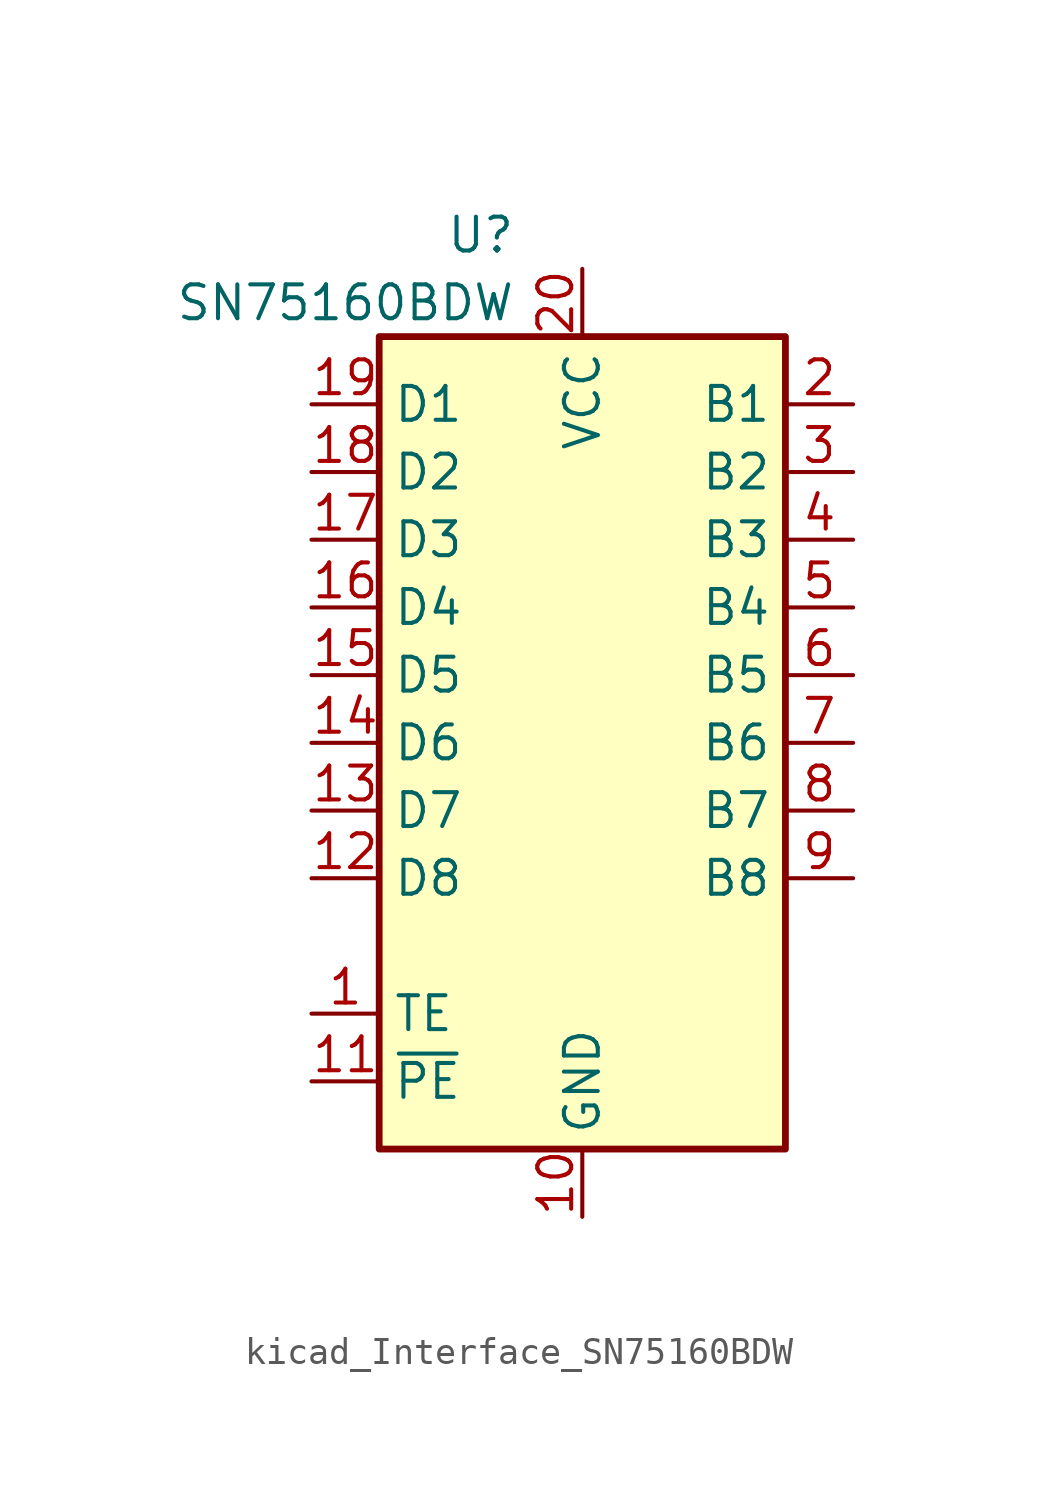
<source format=kicad_sym>
(kicad_symbol_lib
  (version 20220914)
  (generator kicad_symbol_editor)
  (symbol "kicad_Interface_SN75160BDW"
    (property "Reference" "U"
      (at -3.81 19.05 0)
      (effects (font (size 1.27 1.27))))
    (property "Value" "SN75160BDW"
      (at -8.89 16.51 0)
      (effects (font (size 1.27 1.27))))
    (symbol "kicad_Interface_SN75160BDW_0_1"
      (rectangle (start -7.62 15.24) (end 7.62 -15.24) (stroke (width 0.254) (type default)) (fill (type background))))
    (symbol "kicad_Interface_SN75160BDW_1_1"
      (pin input line (at -10.16 -10.16 0) (length 2.54) (name "TE" (effects (font (size 1.27 1.27)))) (number "1" (effects (font (size 1.27 1.27)))))
      (pin power_in line (at 0 -17.78 90) (length 2.54) (name "GND" (effects (font (size 1.27 1.27)))) (number "10" (effects (font (size 1.27 1.27)))))
      (pin input line (at -10.16 -12.7 0) (length 2.54) (name "~{PE}" (effects (font (size 1.27 1.27)))) (number "11" (effects (font (size 1.27 1.27)))))
      (pin bidirectional line (at -10.16 -5.08 0) (length 2.54) (name "D8" (effects (font (size 1.27 1.27)))) (number "12" (effects (font (size 1.27 1.27)))))
      (pin bidirectional line (at -10.16 -2.54 0) (length 2.54) (name "D7" (effects (font (size 1.27 1.27)))) (number "13" (effects (font (size 1.27 1.27)))))
      (pin bidirectional line (at -10.16 0 0) (length 2.54) (name "D6" (effects (font (size 1.27 1.27)))) (number "14" (effects (font (size 1.27 1.27)))))
      (pin bidirectional line (at -10.16 2.54 0) (length 2.54) (name "D5" (effects (font (size 1.27 1.27)))) (number "15" (effects (font (size 1.27 1.27)))))
      (pin bidirectional line (at -10.16 5.08 0) (length 2.54) (name "D4" (effects (font (size 1.27 1.27)))) (number "16" (effects (font (size 1.27 1.27)))))
      (pin bidirectional line (at -10.16 7.62 0) (length 2.54) (name "D3" (effects (font (size 1.27 1.27)))) (number "17" (effects (font (size 1.27 1.27)))))
      (pin bidirectional line (at -10.16 10.16 0) (length 2.54) (name "D2" (effects (font (size 1.27 1.27)))) (number "18" (effects (font (size 1.27 1.27)))))
      (pin bidirectional line (at -10.16 12.7 0) (length 2.54) (name "D1" (effects (font (size 1.27 1.27)))) (number "19" (effects (font (size 1.27 1.27)))))
      (pin bidirectional line (at 10.16 12.7 180) (length 2.54) (name "B1" (effects (font (size 1.27 1.27)))) (number "2" (effects (font (size 1.27 1.27)))))
      (pin power_in line (at 0 17.78 270) (length 2.54) (name "VCC" (effects (font (size 1.27 1.27)))) (number "20" (effects (font (size 1.27 1.27)))))
      (pin bidirectional line (at 10.16 10.16 180) (length 2.54) (name "B2" (effects (font (size 1.27 1.27)))) (number "3" (effects (font (size 1.27 1.27)))))
      (pin bidirectional line (at 10.16 7.62 180) (length 2.54) (name "B3" (effects (font (size 1.27 1.27)))) (number "4" (effects (font (size 1.27 1.27)))))
      (pin bidirectional line (at 10.16 5.08 180) (length 2.54) (name "B4" (effects (font (size 1.27 1.27)))) (number "5" (effects (font (size 1.27 1.27)))))
      (pin bidirectional line (at 10.16 2.54 180) (length 2.54) (name "B5" (effects (font (size 1.27 1.27)))) (number "6" (effects (font (size 1.27 1.27)))))
      (pin bidirectional line (at 10.16 0 180) (length 2.54) (name "B6" (effects (font (size 1.27 1.27)))) (number "7" (effects (font (size 1.27 1.27)))))
      (pin bidirectional line (at 10.16 -2.54 180) (length 2.54) (name "B7" (effects (font (size 1.27 1.27)))) (number "8" (effects (font (size 1.27 1.27)))))
      (pin bidirectional line (at 10.16 -5.08 180) (length 2.54) (name "B8" (effects (font (size 1.27 1.27)))) (number "9" (effects (font (size 1.27 1.27))))))))
</source>
